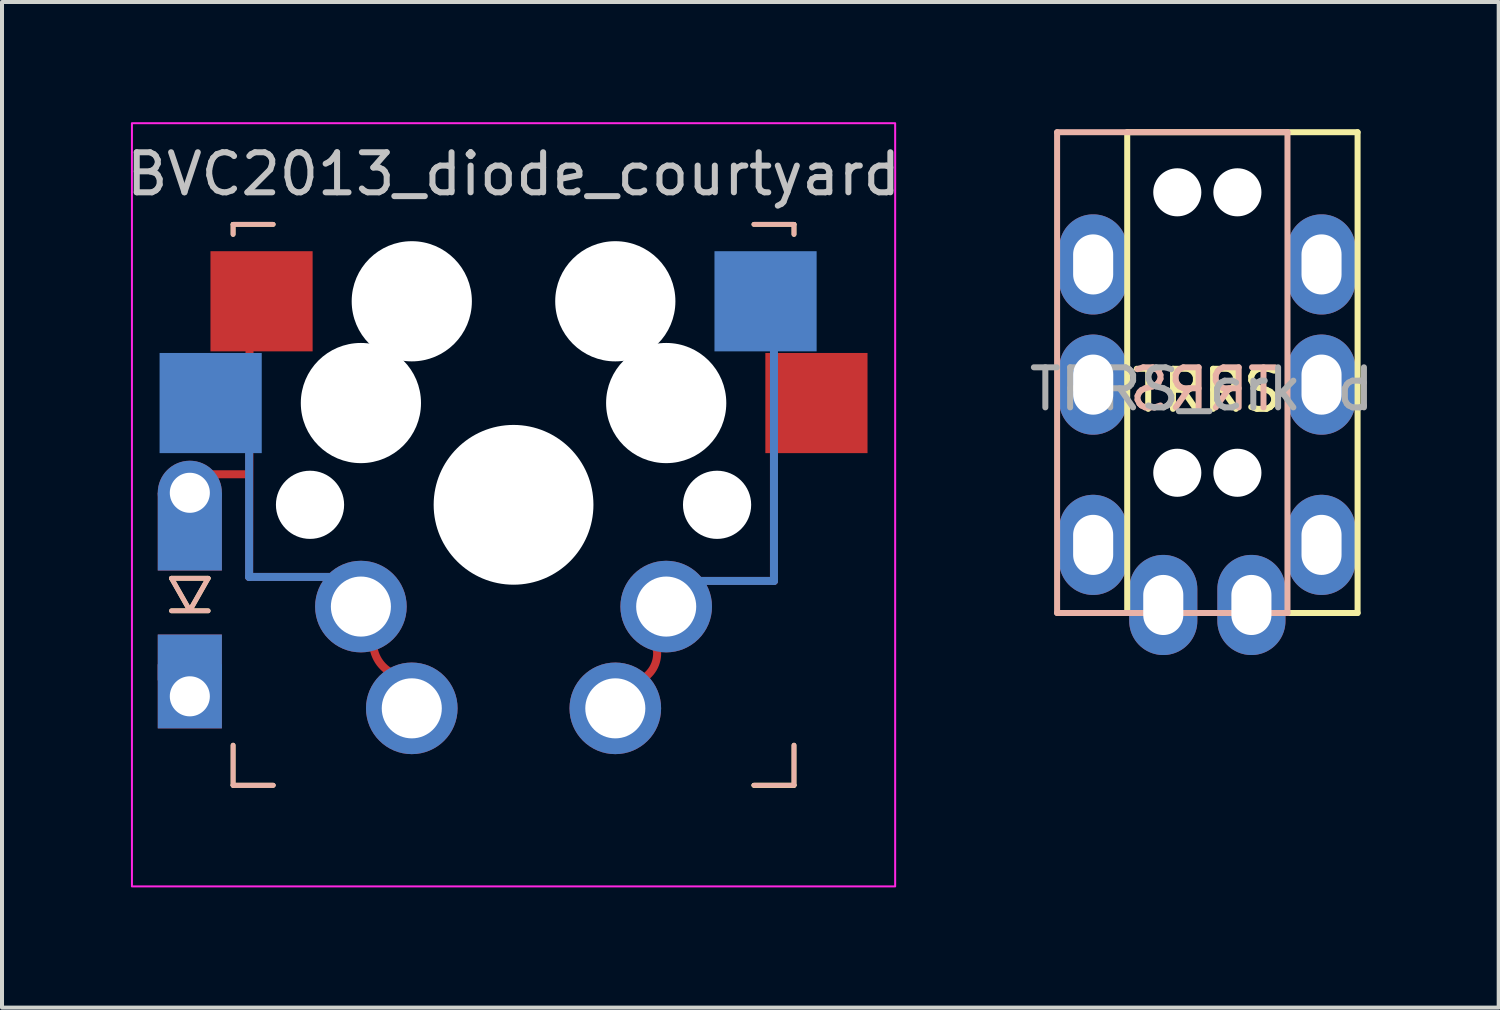
<source format=kicad_pcb>
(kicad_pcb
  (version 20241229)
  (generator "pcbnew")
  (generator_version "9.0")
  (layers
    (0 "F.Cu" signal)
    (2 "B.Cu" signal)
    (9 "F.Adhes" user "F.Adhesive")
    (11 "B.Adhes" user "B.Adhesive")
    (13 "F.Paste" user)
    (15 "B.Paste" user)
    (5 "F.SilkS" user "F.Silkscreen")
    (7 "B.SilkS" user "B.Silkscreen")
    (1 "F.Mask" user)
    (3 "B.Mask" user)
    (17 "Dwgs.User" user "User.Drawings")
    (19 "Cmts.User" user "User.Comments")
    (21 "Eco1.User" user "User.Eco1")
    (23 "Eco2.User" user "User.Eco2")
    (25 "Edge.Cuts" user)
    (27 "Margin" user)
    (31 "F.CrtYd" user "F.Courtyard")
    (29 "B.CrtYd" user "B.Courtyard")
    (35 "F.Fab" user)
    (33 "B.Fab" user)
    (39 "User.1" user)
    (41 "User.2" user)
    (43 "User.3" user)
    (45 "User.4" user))
  (footprint "TRRS_crkbd"
    (layer "F.Cu")
    (at 28.085 0.25)
    (property "Reference" "TRRS_crkbd" (at -1.139 6.413 0) (layer "F.Fab") (effects (font (size 1 1) (thickness 0.15))))
    (attr through_hole)
    (fp_line (start -3 0) (end 2.75 0) (stroke (width 0.15) (type solid)) (layer "F.SilkS"))
    (fp_line (start -3 12) (end -3 0) (stroke (width 0.15) (type solid)) (layer "F.SilkS"))
    (fp_line (start 2.75 0) (end 2.75 12) (stroke (width 0.15) (type solid)) (layer "F.SilkS"))
    (fp_line (start 2.75 12) (end -3 12) (stroke (width 0.15) (type solid)) (layer "F.SilkS"))
    (fp_line (start -4.75 0) (end 1 0) (stroke (width 0.15) (type solid)) (layer "B.SilkS"))
    (fp_line (start -4.75 12) (end -4.75 0) (stroke (width 0.15) (type solid)) (layer "B.SilkS"))
    (fp_line (start 1 0) (end 1 12) (stroke (width 0.15) (type solid)) (layer "B.SilkS"))
    (fp_line (start 1 12) (end -4.75 12) (stroke (width 0.15) (type solid)) (layer "B.SilkS"))
    (fp_text user "TRRS" (at -1 6.45 0) (layer "F.SilkS") (effects (font (size 1 1) (thickness 0.15))))
    (fp_text user "TRRS" (at -1.075 6.413 0) (layer "B.SilkS") (effects (font (size 1 1) (thickness 0.15)) (justify mirror)))
    (pad "" np_thru_hole circle (at -1.75 1.5) (size 1.2 1.2) (drill 1.2) (layers "*.Cu" "*.Mask"))
    (pad "" np_thru_hole circle (at -1.75 8.5) (size 1.2 1.2) (drill 1.2) (layers "*.Cu" "*.Mask"))
    (pad "" np_thru_hole circle (at -0.25 1.5) (size 1.2 1.2) (drill 1.2) (layers "*.Cu" "*.Mask"))
    (pad "" np_thru_hole circle (at -0.25 8.5) (size 1.2 1.2) (drill 1.2) (layers "*.Cu" "*.Mask"))
    (pad "R1" thru_hole oval (at -3.85 6.3) (size 1.7 2.5) (drill oval 1 1.5) (layers "*.Cu" "*.Mask"))
    (pad "R1" thru_hole oval (at 1.85 6.3) (size 1.7 2.5) (drill oval 1 1.5) (layers "*.Cu" "*.Mask"))
    (pad "R2" thru_hole oval (at -2.1 11.8) (size 1.7 2.5) (drill oval 1 1.5) (layers "*.Cu" "*.Mask"))
    (pad "R2" thru_hole oval (at 0.1 11.8) (size 1.7 2.5) (drill oval 1 1.5) (layers "*.Cu" "*.Mask"))
    (pad "S" thru_hole oval (at -3.85 3.3) (size 1.7 2.5) (drill oval 1 1.5) (layers "*.Cu" "*.Mask"))
    (pad "S" thru_hole oval (at 1.85 3.3) (size 1.7 2.5) (drill oval 1 1.5) (layers "*.Cu" "*.Mask"))
    (pad "T" thru_hole oval (at -3.85 10.3) (size 1.7 2.5) (drill oval 1 1.5) (layers "*.Cu" "*.Mask"))
    (pad "T" thru_hole oval (at 1.85 10.3) (size 1.7 2.5) (drill oval 1 1.5) (layers "*.Cu" "*.Mask")))
  (footprint "BVC2013_diode_courtyard"
    (layer "F.Cu")
    (at 9.768 9.55)
    (property "Reference" "BVC2013_diode_courtyard" (at 0 -8.255 0) (layer "Dwgs.User") (effects (font (size 1 1) (thickness 0.15))))
    (attr smd)
    (fp_line (start -7.62 -0.762) (end -6.604 -0.762) (stroke (width 0.2) (type solid)) (layer "F.Cu"))
    (fp_line (start -6.6 1.8) (end -4.3 1.8) (stroke (width 0.2) (type solid)) (layer "F.Cu"))
    (fp_line (start -6.59 -4.1) (end -6.6 1.8) (stroke (width 0.2) (type solid)) (layer "F.Cu"))
    (fp_line (start 6.5 -1.5) (end 6.5 1.9) (stroke (width 0.2) (type solid)) (layer "F.Cu"))
    (fp_line (start 6.5 1.9) (end 4.5 1.9) (stroke (width 0.2) (type solid)) (layer "F.Cu"))
    (fp_arc (start -2.9972 4.2164) (mid -3.374636 3.887147) (end -3.5052 3.4036) (stroke (width 0.2) (type solid)) (layer "F.Cu"))
    (fp_arc (start 3.556 3.5052) (mid 3.534292 3.976163) (end 3.232453 4.338337) (stroke (width 0.2) (type solid)) (layer "F.Cu"))
    (fp_line (start -6.6 -1.5) (end -6.6 1.8) (stroke (width 0.2) (type solid)) (layer "B.Cu"))
    (fp_line (start -6.6 1.8) (end -4.4 1.8) (stroke (width 0.2) (type solid)) (layer "B.Cu"))
    (fp_line (start 6.5 -3.9) (end 6.5 1.9) (stroke (width 0.2) (type solid)) (layer "B.Cu"))
    (fp_line (start 6.5 1.9) (end 4.4 1.9) (stroke (width 0.2) (type solid)) (layer "B.Cu"))
    (fp_line (start -8.537 1.834) (end -7.623 1.834) (stroke (width 0.12) (type solid)) (layer "F.SilkS"))
    (fp_line (start -8.537 2.646) (end -7.623 2.646) (stroke (width 0.12) (type solid)) (layer "F.SilkS"))
    (fp_line (start -8.08 2.64) (end -8.537 1.834) (stroke (width 0.12) (type solid)) (layer "F.SilkS"))
    (fp_line (start -7.623 1.834) (end -8.08 2.64) (stroke (width 0.12) (type solid)) (layer "F.SilkS"))
    (fp_line (start -7 -7) (end -7 -6.75) (stroke (width 0.12) (type solid)) (layer "F.SilkS"))
    (fp_line (start -7 6) (end -7 7) (stroke (width 0.12) (type solid)) (layer "F.SilkS"))
    (fp_line (start -7 7) (end -6 7) (stroke (width 0.12) (type solid)) (layer "F.SilkS"))
    (fp_line (start -6 -7) (end -7 -7) (stroke (width 0.12) (type solid)) (layer "F.SilkS"))
    (fp_line (start 6 -7) (end 7 -7) (stroke (width 0.12) (type solid)) (layer "F.SilkS"))
    (fp_line (start 6 7) (end 7 7) (stroke (width 0.12) (type solid)) (layer "F.SilkS"))
    (fp_line (start 7 -7) (end 7 -6.75) (stroke (width 0.12) (type solid)) (layer "F.SilkS"))
    (fp_line (start 7 6) (end 7 7) (stroke (width 0.12) (type solid)) (layer "F.SilkS"))
    (fp_line (start 7 7) (end 6 7) (stroke (width 0.12) (type solid)) (layer "F.SilkS"))
    (fp_line (start -8.537 1.834) (end -7.623 1.834) (stroke (width 0.12) (type solid)) (layer "B.SilkS"))
    (fp_line (start -8.537 2.646) (end -7.623 2.646) (stroke (width 0.12) (type solid)) (layer "B.SilkS"))
    (fp_line (start -8.08 2.64) (end -8.537 1.834) (stroke (width 0.12) (type solid)) (layer "B.SilkS"))
    (fp_line (start -7.623 1.834) (end -8.08 2.64) (stroke (width 0.12) (type solid)) (layer "B.SilkS"))
    (fp_line (start -7 -7) (end -7 -6.75) (stroke (width 0.12) (type solid)) (layer "B.SilkS"))
    (fp_line (start -7 6) (end -7 7) (stroke (width 0.12) (type solid)) (layer "B.SilkS"))
    (fp_line (start -7 7) (end -6 7) (stroke (width 0.12) (type solid)) (layer "B.SilkS"))
    (fp_line (start -6 -7) (end -7 -7) (stroke (width 0.12) (type solid)) (layer "B.SilkS"))
    (fp_line (start -6 7) (end -7 7) (stroke (width 0.12) (type solid)) (layer "B.SilkS"))
    (fp_line (start 6 -7) (end 7 -7) (stroke (width 0.12) (type solid)) (layer "B.SilkS"))
    (fp_line (start 7 -7) (end 7 -6.75) (stroke (width 0.12) (type solid)) (layer "B.SilkS"))
    (fp_line (start 7 6) (end 7 7) (stroke (width 0.12) (type solid)) (layer "B.SilkS"))
    (fp_line (start 7 7) (end 6 7) (stroke (width 0.12) (type solid)) (layer "B.SilkS"))
    (fp_rect (start 9.525 -9.525) (end -9.525 9.525) (stroke (width 0.05) (type solid)) (fill no) (layer "F.CrtYd"))
    (pad "" thru_hole circle (at -8.08 -0.3 270) (size 1.6 1.6) (drill 1) (layers "*.Cu" "*.Mask"))
    (pad "" smd rect (at -8.08 0.67 270) (size 1.94 1.6) (layers "F.Cu" "F.Mask" "F.Paste"))
    (pad "" smd rect (at -8.08 0.67 270) (size 1.94 1.6) (layers "B.Cu" "B.Mask" "B.Paste"))
    (pad "" smd rect (at -8.08 3.81 270) (size 1.145 1.6) (layers "F.Cu" "F.Mask" "F.Paste"))
    (pad "" smd rect (at -8.08 3.81 270) (size 1.145 1.6) (layers "B.Cu" "B.Mask" "B.Paste"))
    (pad "" smd rect (at -7.56 -2.54) (size 2.55 2.5) (layers "B.Cu" "B.Mask" "B.Paste"))
    (pad "" smd rect (at -6.29 -5.08) (size 2.55 2.5) (layers "F.Cu" "F.Mask" "F.Paste"))
    (pad "" np_thru_hole circle (at -5.08 0) (size 1.702 1.702) (drill 1.702) (layers "*.Cu" "*.Mask"))
    (pad "" np_thru_hole circle (at -3.81 -2.54) (size 3 3) (drill 3) (layers "*.Cu" "*.Mask"))
    (pad "" thru_hole circle (at -3.81 2.54 180) (size 2.286 2.286) (drill 1.499) (layers "*.Cu" "*.Mask"))
    (pad "" np_thru_hole circle (at -2.54 -5.08) (size 3 3) (drill 3) (layers "*.Cu" "*.Mask"))
    (pad "" thru_hole circle (at -2.54 5.08 180) (size 2.286 2.286) (drill 1.499) (layers "*.Cu" "*.Mask"))
    (pad "" np_thru_hole circle (at 0 0) (size 3.988 3.988) (drill 3.988) (layers "*.Cu" "*.Mask"))
    (pad "" np_thru_hole circle (at 2.54 -5.08) (size 3 3) (drill 3) (layers "*.Cu" "*.Mask"))
    (pad "" np_thru_hole circle (at 3.81 -2.54) (size 3 3) (drill 3) (layers "*.Cu" "*.Mask"))
    (pad "" thru_hole circle (at 3.81 2.54 180) (size 2.286 2.286) (drill 1.499) (layers "*.Cu" "*.Mask"))
    (pad "" np_thru_hole circle (at 5.08 0 180) (size 1.702 1.702) (drill 1.702) (layers "*.Cu" "*.Mask"))
    (pad "" smd rect (at 6.29 -5.08) (size 2.55 2.5) (layers "B.Cu" "B.Mask" "B.Paste"))
    (pad "" smd rect (at 7.56 -2.54) (size 2.55 2.5) (layers "F.Cu" "F.Mask" "F.Paste"))
    (pad "1" thru_hole circle (at 2.54 5.08 180) (size 2.286 2.286) (drill 1.499) (layers "*.Cu" "*.Mask"))
    (pad "2" thru_hole rect (at -8.08 4.78 270) (size 1.6 1.6) (drill 1) (layers "*.Cu" "*.Mask")))
  (gr_rect
    (start -3 -3)
    (end 34.357 22.1)
    (stroke (width 0.1) (type default))
    (fill no)
    (layer "Edge.Cuts")))
</source>
